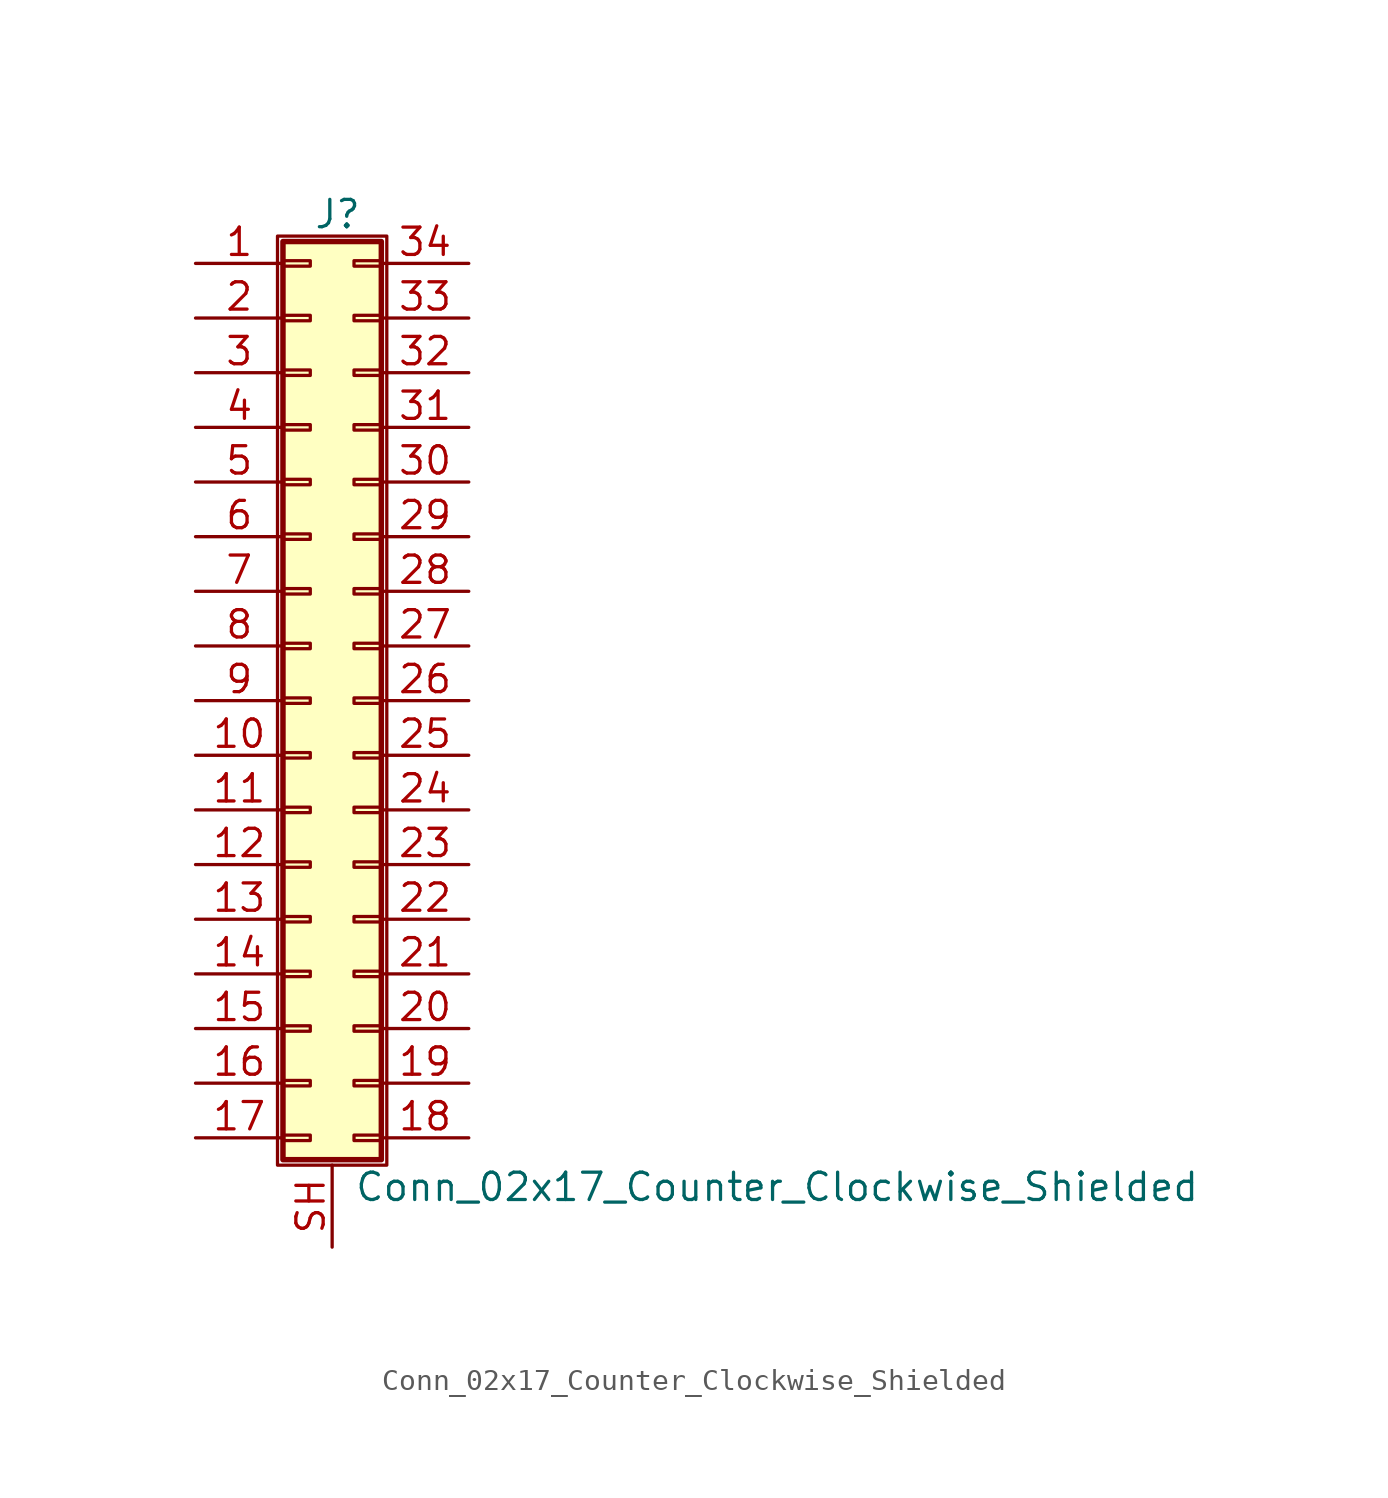
<source format=kicad_sym>
(kicad_symbol_lib
  (version 20211014)
  (generator kicad_symbol_editor)
  (symbol "Conn_02x17_Counter_Clockwise_Shielded"
    (pin_names
      (offset 1.016) hide)
    (property "Reference" "J"
      (at 1.524 22.606 0)
      (effects (font (size 1.27 1.27))))
    (property "Value" "Conn_02x17_Counter_Clockwise_Shielded"
      (at 2.286 -22.606 0)
      (effects (font (size 1.27 1.27)) (justify left)))
    (symbol "Conn_02x17_Counter_Clockwise_Shielded_1_1"
      (rectangle (start -1.27 21.59) (end 3.81 -21.59) (stroke (width 0.152) (type default) (color 0 0 0 0)) (fill (type none)))
      (rectangle (start -1.016 -20.193) (end 0.254 -20.447) (stroke (width 0.152) (type default) (color 0 0 0 0)) (fill (type none)))
      (rectangle (start -1.016 -17.653) (end 0.254 -17.907) (stroke (width 0.152) (type default) (color 0 0 0 0)) (fill (type none)))
      (rectangle (start -1.016 -15.113) (end 0.254 -15.367) (stroke (width 0.152) (type default) (color 0 0 0 0)) (fill (type none)))
      (rectangle (start -1.016 -12.573) (end 0.254 -12.827) (stroke (width 0.152) (type default) (color 0 0 0 0)) (fill (type none)))
      (rectangle (start -1.016 -10.033) (end 0.254 -10.287) (stroke (width 0.152) (type default) (color 0 0 0 0)) (fill (type none)))
      (rectangle (start -1.016 -7.493) (end 0.254 -7.747) (stroke (width 0.152) (type default) (color 0 0 0 0)) (fill (type none)))
      (rectangle (start -1.016 -4.953) (end 0.254 -5.207) (stroke (width 0.152) (type default) (color 0 0 0 0)) (fill (type none)))
      (rectangle (start -1.016 -2.413) (end 0.254 -2.667) (stroke (width 0.152) (type default) (color 0 0 0 0)) (fill (type none)))
      (rectangle (start -1.016 0.127) (end 0.254 -0.127) (stroke (width 0.152) (type default) (color 0 0 0 0)) (fill (type none)))
      (rectangle (start -1.016 2.667) (end 0.254 2.413) (stroke (width 0.152) (type default) (color 0 0 0 0)) (fill (type none)))
      (rectangle (start -1.016 5.207) (end 0.254 4.953) (stroke (width 0.152) (type default) (color 0 0 0 0)) (fill (type none)))
      (rectangle (start -1.016 7.747) (end 0.254 7.493) (stroke (width 0.152) (type default) (color 0 0 0 0)) (fill (type none)))
      (rectangle (start -1.016 10.287) (end 0.254 10.033) (stroke (width 0.152) (type default) (color 0 0 0 0)) (fill (type none)))
      (rectangle (start -1.016 12.827) (end 0.254 12.573) (stroke (width 0.152) (type default) (color 0 0 0 0)) (fill (type none)))
      (rectangle (start -1.016 15.367) (end 0.254 15.113) (stroke (width 0.152) (type default) (color 0 0 0 0)) (fill (type none)))
      (rectangle (start -1.016 17.907) (end 0.254 17.653) (stroke (width 0.152) (type default) (color 0 0 0 0)) (fill (type none)))
      (rectangle (start -1.016 20.447) (end 0.254 20.193) (stroke (width 0.152) (type default) (color 0 0 0 0)) (fill (type none)))
      (rectangle (start -1.016 21.336) (end 3.556 -21.336) (stroke (width 0.254) (type default) (color 0 0 0 0)) (fill (type background)))
      (rectangle (start 3.556 -20.193) (end 2.286 -20.447) (stroke (width 0.152) (type default) (color 0 0 0 0)) (fill (type none)))
      (rectangle (start 3.556 -17.653) (end 2.286 -17.907) (stroke (width 0.152) (type default) (color 0 0 0 0)) (fill (type none)))
      (rectangle (start 3.556 -15.113) (end 2.286 -15.367) (stroke (width 0.152) (type default) (color 0 0 0 0)) (fill (type none)))
      (rectangle (start 3.556 -12.573) (end 2.286 -12.827) (stroke (width 0.152) (type default) (color 0 0 0 0)) (fill (type none)))
      (rectangle (start 3.556 -10.033) (end 2.286 -10.287) (stroke (width 0.152) (type default) (color 0 0 0 0)) (fill (type none)))
      (rectangle (start 3.556 -7.493) (end 2.286 -7.747) (stroke (width 0.152) (type default) (color 0 0 0 0)) (fill (type none)))
      (rectangle (start 3.556 -4.953) (end 2.286 -5.207) (stroke (width 0.152) (type default) (color 0 0 0 0)) (fill (type none)))
      (rectangle (start 3.556 -2.413) (end 2.286 -2.667) (stroke (width 0.152) (type default) (color 0 0 0 0)) (fill (type none)))
      (rectangle (start 3.556 0.127) (end 2.286 -0.127) (stroke (width 0.152) (type default) (color 0 0 0 0)) (fill (type none)))
      (rectangle (start 3.556 2.667) (end 2.286 2.413) (stroke (width 0.152) (type default) (color 0 0 0 0)) (fill (type none)))
      (rectangle (start 3.556 5.207) (end 2.286 4.953) (stroke (width 0.152) (type default) (color 0 0 0 0)) (fill (type none)))
      (rectangle (start 3.556 7.747) (end 2.286 7.493) (stroke (width 0.152) (type default) (color 0 0 0 0)) (fill (type none)))
      (rectangle (start 3.556 10.287) (end 2.286 10.033) (stroke (width 0.152) (type default) (color 0 0 0 0)) (fill (type none)))
      (rectangle (start 3.556 12.827) (end 2.286 12.573) (stroke (width 0.152) (type default) (color 0 0 0 0)) (fill (type none)))
      (rectangle (start 3.556 15.367) (end 2.286 15.113) (stroke (width 0.152) (type default) (color 0 0 0 0)) (fill (type none)))
      (rectangle (start 3.556 17.907) (end 2.286 17.653) (stroke (width 0.152) (type default) (color 0 0 0 0)) (fill (type none)))
      (rectangle (start 3.556 20.447) (end 2.286 20.193) (stroke (width 0.152) (type default) (color 0 0 0 0)) (fill (type none)))
      (pin passive line (at -5.08 20.32 0) (length 4.064) (name "Pin_1" (effects (font (size 1.27 1.27)))) (number "1" (effects (font (size 1.27 1.27)))))
      (pin passive line (at -5.08 -2.54 0) (length 4.064) (name "Pin_10" (effects (font (size 1.27 1.27)))) (number "10" (effects (font (size 1.27 1.27)))))
      (pin passive line (at -5.08 -5.08 0) (length 4.064) (name "Pin_11" (effects (font (size 1.27 1.27)))) (number "11" (effects (font (size 1.27 1.27)))))
      (pin passive line (at -5.08 -7.62 0) (length 4.064) (name "Pin_12" (effects (font (size 1.27 1.27)))) (number "12" (effects (font (size 1.27 1.27)))))
      (pin passive line (at -5.08 -10.16 0) (length 4.064) (name "Pin_13" (effects (font (size 1.27 1.27)))) (number "13" (effects (font (size 1.27 1.27)))))
      (pin passive line (at -5.08 -12.7 0) (length 4.064) (name "Pin_14" (effects (font (size 1.27 1.27)))) (number "14" (effects (font (size 1.27 1.27)))))
      (pin passive line (at -5.08 -15.24 0) (length 4.064) (name "Pin_15" (effects (font (size 1.27 1.27)))) (number "15" (effects (font (size 1.27 1.27)))))
      (pin passive line (at -5.08 -17.78 0) (length 4.064) (name "Pin_16" (effects (font (size 1.27 1.27)))) (number "16" (effects (font (size 1.27 1.27)))))
      (pin passive line (at -5.08 -20.32 0) (length 4.064) (name "Pin_17" (effects (font (size 1.27 1.27)))) (number "17" (effects (font (size 1.27 1.27)))))
      (pin passive line (at 7.62 -20.32 180) (length 4.064) (name "Pin_18" (effects (font (size 1.27 1.27)))) (number "18" (effects (font (size 1.27 1.27)))))
      (pin passive line (at 7.62 -17.78 180) (length 4.064) (name "Pin_19" (effects (font (size 1.27 1.27)))) (number "19" (effects (font (size 1.27 1.27)))))
      (pin passive line (at -5.08 17.78 0) (length 4.064) (name "Pin_2" (effects (font (size 1.27 1.27)))) (number "2" (effects (font (size 1.27 1.27)))))
      (pin passive line (at 7.62 -15.24 180) (length 4.064) (name "Pin_20" (effects (font (size 1.27 1.27)))) (number "20" (effects (font (size 1.27 1.27)))))
      (pin passive line (at 7.62 -12.7 180) (length 4.064) (name "Pin_21" (effects (font (size 1.27 1.27)))) (number "21" (effects (font (size 1.27 1.27)))))
      (pin passive line (at 7.62 -10.16 180) (length 4.064) (name "Pin_22" (effects (font (size 1.27 1.27)))) (number "22" (effects (font (size 1.27 1.27)))))
      (pin passive line (at 7.62 -7.62 180) (length 4.064) (name "Pin_23" (effects (font (size 1.27 1.27)))) (number "23" (effects (font (size 1.27 1.27)))))
      (pin passive line (at 7.62 -5.08 180) (length 4.064) (name "Pin_24" (effects (font (size 1.27 1.27)))) (number "24" (effects (font (size 1.27 1.27)))))
      (pin passive line (at 7.62 -2.54 180) (length 4.064) (name "Pin_25" (effects (font (size 1.27 1.27)))) (number "25" (effects (font (size 1.27 1.27)))))
      (pin passive line (at 7.62 0 180) (length 4.064) (name "Pin_26" (effects (font (size 1.27 1.27)))) (number "26" (effects (font (size 1.27 1.27)))))
      (pin passive line (at 7.62 2.54 180) (length 4.064) (name "Pin_27" (effects (font (size 1.27 1.27)))) (number "27" (effects (font (size 1.27 1.27)))))
      (pin passive line (at 7.62 5.08 180) (length 4.064) (name "Pin_28" (effects (font (size 1.27 1.27)))) (number "28" (effects (font (size 1.27 1.27)))))
      (pin passive line (at 7.62 7.62 180) (length 4.064) (name "Pin_29" (effects (font (size 1.27 1.27)))) (number "29" (effects (font (size 1.27 1.27)))))
      (pin passive line (at -5.08 15.24 0) (length 4.064) (name "Pin_3" (effects (font (size 1.27 1.27)))) (number "3" (effects (font (size 1.27 1.27)))))
      (pin passive line (at 7.62 10.16 180) (length 4.064) (name "Pin_30" (effects (font (size 1.27 1.27)))) (number "30" (effects (font (size 1.27 1.27)))))
      (pin passive line (at 7.62 12.7 180) (length 4.064) (name "Pin_31" (effects (font (size 1.27 1.27)))) (number "31" (effects (font (size 1.27 1.27)))))
      (pin passive line (at 7.62 15.24 180) (length 4.064) (name "Pin_32" (effects (font (size 1.27 1.27)))) (number "32" (effects (font (size 1.27 1.27)))))
      (pin passive line (at 7.62 17.78 180) (length 4.064) (name "Pin_33" (effects (font (size 1.27 1.27)))) (number "33" (effects (font (size 1.27 1.27)))))
      (pin passive line (at 7.62 20.32 180) (length 4.064) (name "Pin_34" (effects (font (size 1.27 1.27)))) (number "34" (effects (font (size 1.27 1.27)))))
      (pin passive line (at -5.08 12.7 0) (length 4.064) (name "Pin_4" (effects (font (size 1.27 1.27)))) (number "4" (effects (font (size 1.27 1.27)))))
      (pin passive line (at -5.08 10.16 0) (length 4.064) (name "Pin_5" (effects (font (size 1.27 1.27)))) (number "5" (effects (font (size 1.27 1.27)))))
      (pin passive line (at -5.08 7.62 0) (length 4.064) (name "Pin_6" (effects (font (size 1.27 1.27)))) (number "6" (effects (font (size 1.27 1.27)))))
      (pin passive line (at -5.08 5.08 0) (length 4.064) (name "Pin_7" (effects (font (size 1.27 1.27)))) (number "7" (effects (font (size 1.27 1.27)))))
      (pin passive line (at -5.08 2.54 0) (length 4.064) (name "Pin_8" (effects (font (size 1.27 1.27)))) (number "8" (effects (font (size 1.27 1.27)))))
      (pin passive line (at -5.08 0 0) (length 4.064) (name "Pin_9" (effects (font (size 1.27 1.27)))) (number "9" (effects (font (size 1.27 1.27)))))
      (pin passive line (at 1.27 -25.4 90) (length 3.81) (name "Shield" (effects (font (size 1.27 1.27)))) (number "SH" (effects (font (size 1.27 1.27))))))))
</source>
